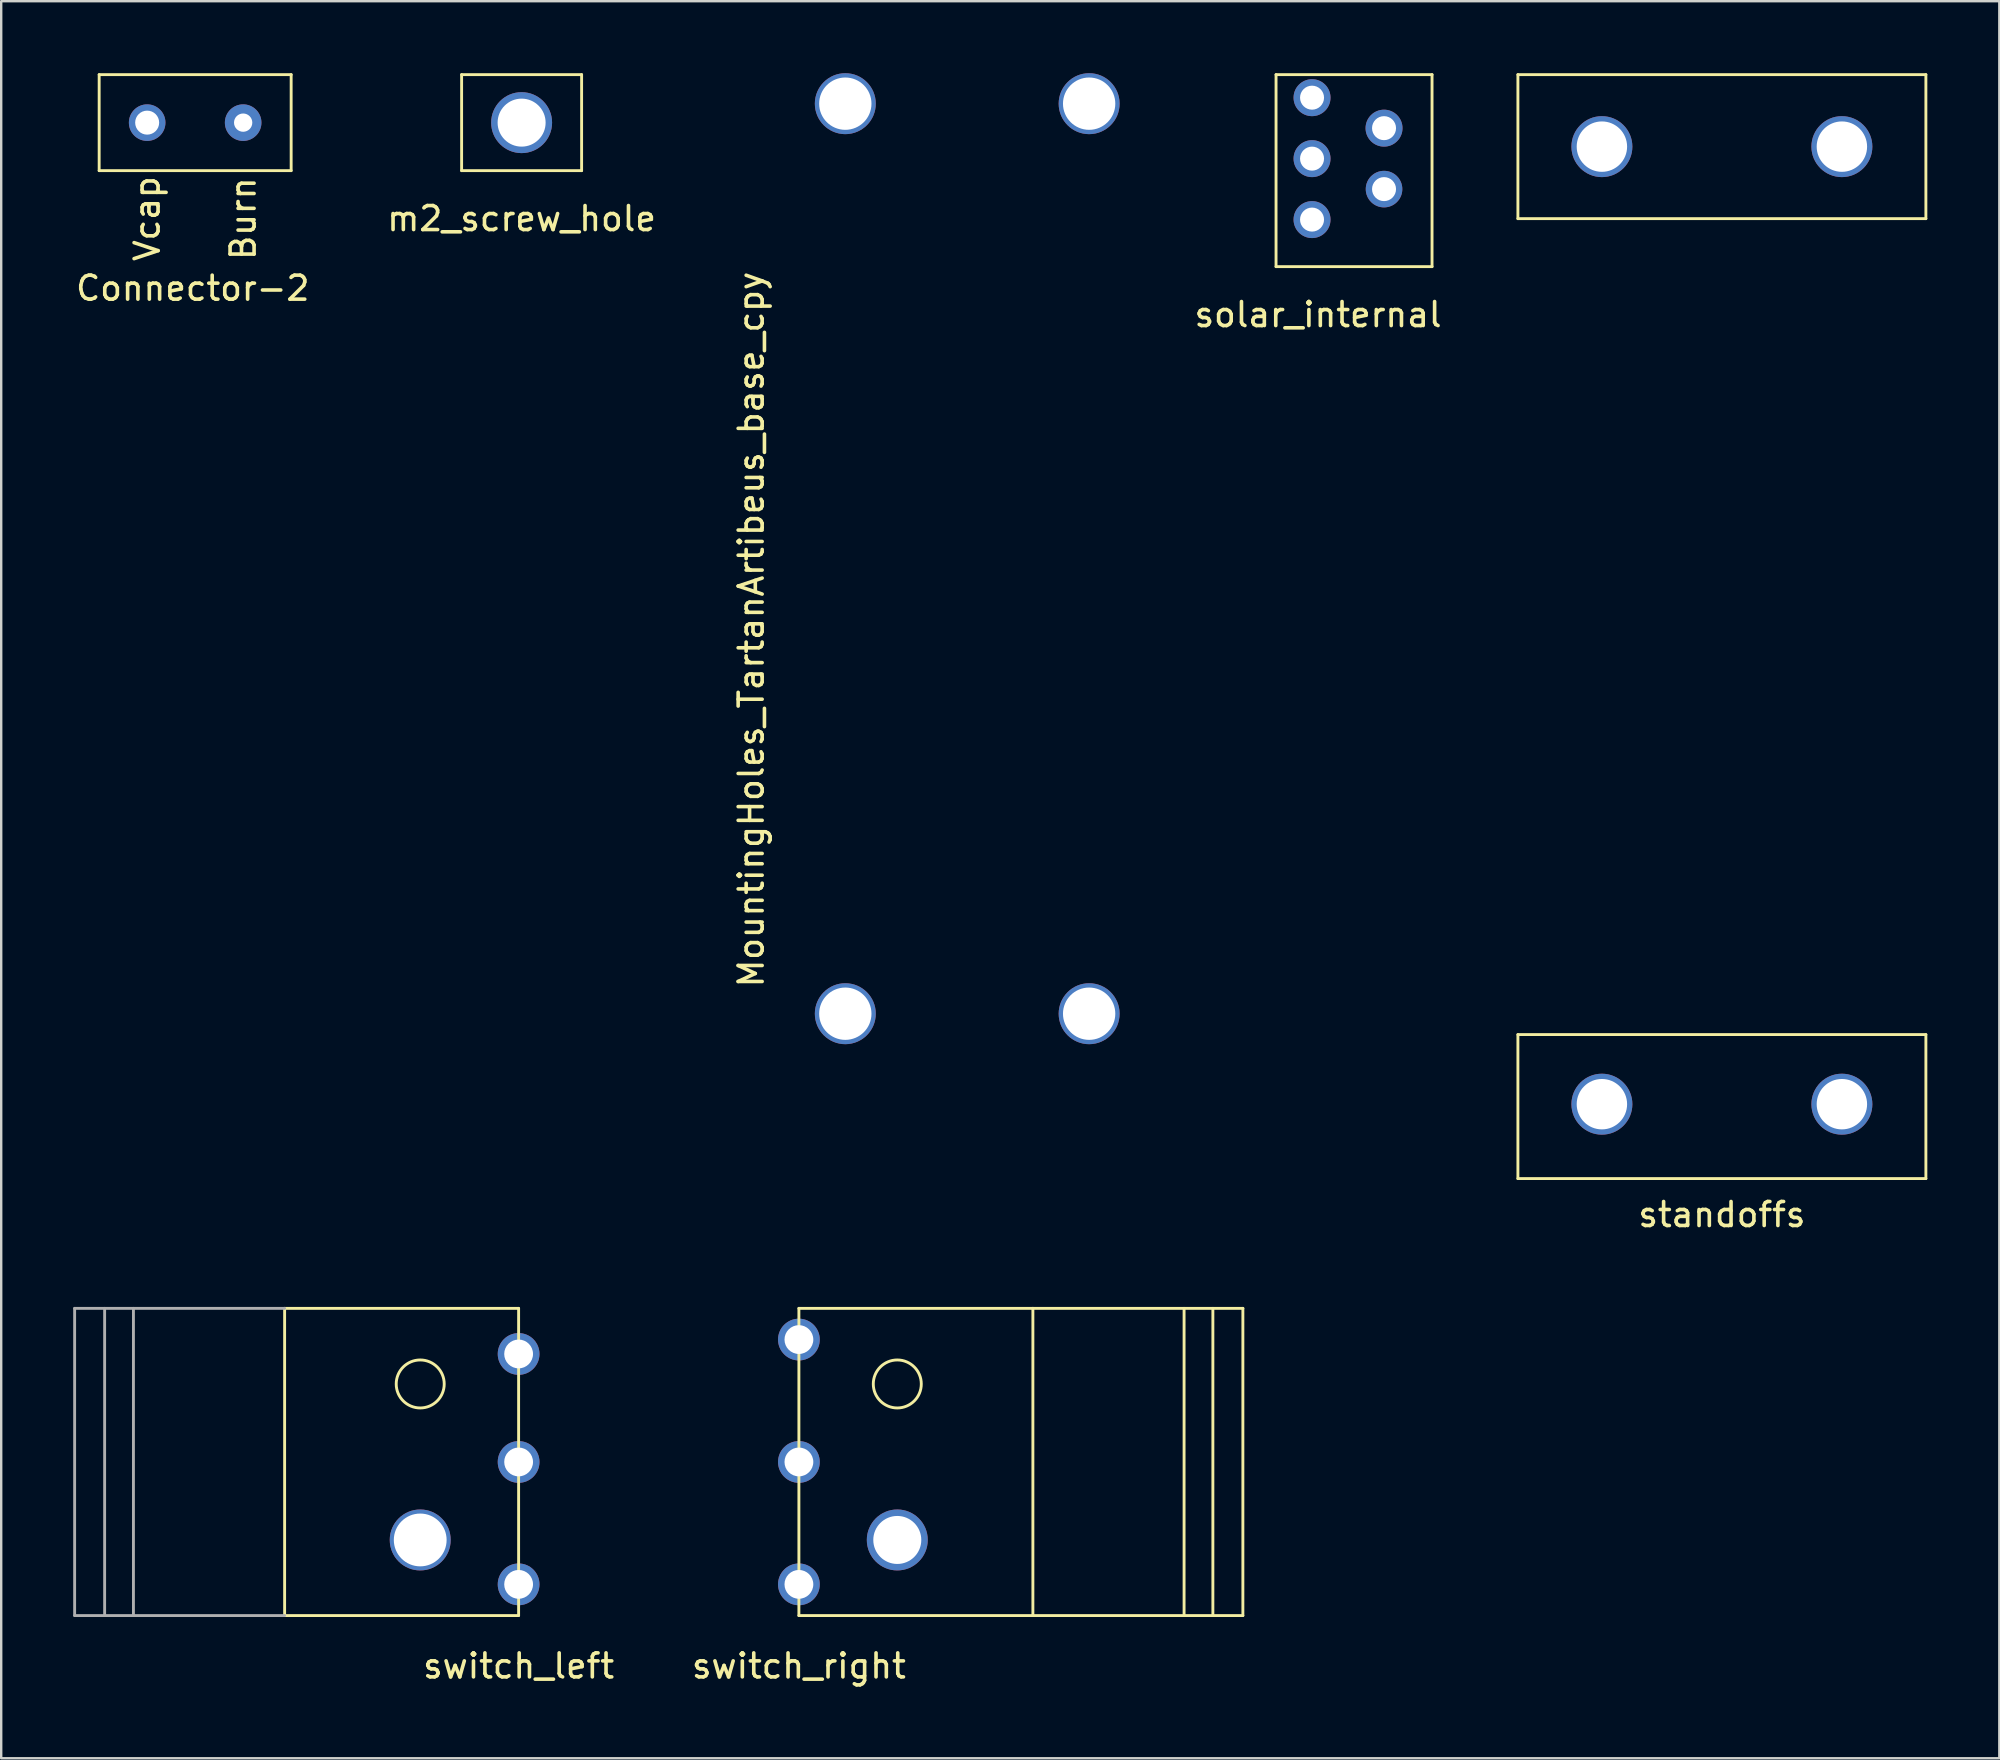
<source format=kicad_pcb>
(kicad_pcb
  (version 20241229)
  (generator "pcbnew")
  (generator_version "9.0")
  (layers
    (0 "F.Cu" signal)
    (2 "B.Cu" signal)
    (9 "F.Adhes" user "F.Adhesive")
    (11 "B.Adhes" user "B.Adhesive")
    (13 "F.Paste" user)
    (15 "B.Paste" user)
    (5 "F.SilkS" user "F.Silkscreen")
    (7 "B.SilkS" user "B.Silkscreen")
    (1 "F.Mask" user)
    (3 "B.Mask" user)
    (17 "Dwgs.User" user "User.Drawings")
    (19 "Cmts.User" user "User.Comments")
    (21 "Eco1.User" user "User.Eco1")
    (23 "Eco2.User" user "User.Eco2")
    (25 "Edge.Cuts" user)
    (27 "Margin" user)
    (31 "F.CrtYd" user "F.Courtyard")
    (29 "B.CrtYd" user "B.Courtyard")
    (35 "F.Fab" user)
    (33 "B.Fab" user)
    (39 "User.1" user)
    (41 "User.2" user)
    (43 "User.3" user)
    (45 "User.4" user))
  (footprint "solar_internal"
    (layer "F.Cu")
    (at 51.621 3.56)
    (property "Reference" "solar_internal" (at 0.25 6.5 0) (layer "F.SilkS") (effects (font (size 1 1) (thickness 0.15))))
    (attr through_hole)
    (fp_line (start -1.5 -3.5) (end 5 -3.5) (stroke (width 0.12) (type solid)) (layer "F.SilkS"))
    (fp_line (start -1.5 4.5) (end -1.5 -3.5) (stroke (width 0.12) (type solid)) (layer "F.SilkS"))
    (fp_line (start 5 -3.5) (end 5 4.5) (stroke (width 0.12) (type solid)) (layer "F.SilkS"))
    (fp_line (start 5 4.5) (end -1.5 4.5) (stroke (width 0.12) (type solid)) (layer "F.SilkS"))
    (pad "1" thru_hole circle (at 0 2.54) (size 1.54 1.54) (drill 1) (layers "*.Cu" "*.Mask"))
    (pad "2" thru_hole circle (at 0 0) (size 1.54 1.54) (drill 1) (layers "*.Cu" "*.Mask"))
    (pad "3" thru_hole circle (at 0 -2.54) (size 1.54 1.54) (drill 1) (layers "*.Cu" "*.Mask"))
    (pad "4" thru_hole circle (at 3 -1.27) (size 1.54 1.54) (drill 1) (layers "*.Cu" "*.Mask"))
    (pad "5" thru_hole circle (at 3 1.27) (size 1.524 1.524) (drill 1) (layers "*.Cu" "*.Mask")))
  (footprint "m2_screw_hole"
    (layer "F.Cu")
    (at 18.685 2.06)
    (property "Reference" "m2_screw_hole" (at 0 4 0) (layer "F.SilkS") (effects (font (size 1 1) (thickness 0.15))))
    (attr through_hole)
    (fp_line (start -2.5 2) (end -2.5 -2) (stroke (width 0.12) (type solid)) (layer "F.SilkS"))
    (fp_line (start 2.5 -2) (end -2.5 -2) (stroke (width 0.12) (type solid)) (layer "F.SilkS"))
    (fp_line (start 2.5 2) (end -2.5 2) (stroke (width 0.12) (type solid)) (layer "F.SilkS"))
    (fp_line (start 2.5 2) (end 2.5 -2) (stroke (width 0.12) (type solid)) (layer "F.SilkS"))
    (pad "1" thru_hole circle (at 0 0) (size 2.54 2.54) (drill 2) (layers "*.Cu" "*.Mask")))
  (footprint "MountingHoles_TartanArtibeus_base_cpy"
    (layer "F.Cu")
    (at 32.173 39.19)
    (property "Reference" "MountingHoles_TartanArtibeus_base_cpy" (at -3.92 -16.01 270) (layer "F.SilkS") (effects (font (size 1 1) (thickness 0.15))))
    (attr through_hole)
    (pad "1" thru_hole circle (at 10.16 -37.92 270) (size 2.54 2.54) (drill 2.18) (layers "*.Cu" "*.Mask"))
    (pad "2" thru_hole circle (at 10.16 0 270) (size 2.54 2.54) (drill 2.18) (layers "*.Cu" "*.Mask"))
    (pad "3" thru_hole circle (at 0 -37.92 270) (size 2.54 2.54) (drill 2.18) (layers "*.Cu" "*.Mask"))
    (pad "4" thru_hole circle (at 0 0 270) (size 2.54 2.54) (drill 2.18) (layers "*.Cu" "*.Mask")))
  (footprint "switch_right"
    (layer "F.Cu")
    (at 30.239 57.868)
    (property "Reference" "switch_right" (at 0 8.5 0) (layer "F.SilkS") (effects (font (size 1 1) (thickness 0.15))))
    (attr through_hole)
    (fp_line (start 0 -6.4) (end 0 6.4) (stroke (width 0.12) (type solid)) (layer "F.SilkS"))
    (fp_line (start 0 6.4) (end 9.75 6.4) (stroke (width 0.12) (type solid)) (layer "F.SilkS"))
    (fp_line (start 9.75 -6.4) (end 0 -6.4) (stroke (width 0.12) (type solid)) (layer "F.SilkS"))
    (fp_line (start 9.75 6.4) (end 9.75 -6.4) (stroke (width 0.12) (type solid)) (layer "F.SilkS"))
    (fp_line (start 9.75 6.4) (end 18.5 6.4) (stroke (width 0.12) (type solid)) (layer "F.SilkS"))
    (fp_line (start 16.05 6.4) (end 16.05 -6.4) (stroke (width 0.12) (type solid)) (layer "F.SilkS"))
    (fp_line (start 17.25 6.4) (end 17.25 -6.4) (stroke (width 0.12) (type solid)) (layer "F.SilkS"))
    (fp_line (start 18.5 -6.4) (end 9.75 -6.4) (stroke (width 0.12) (type solid)) (layer "F.SilkS"))
    (fp_line (start 18.5 6.4) (end 18.5 -6.4) (stroke (width 0.12) (type solid)) (layer "F.SilkS"))
    (fp_circle (center 4.1 -3.25) (end 5.1 -3.25) (stroke (width 0.12) (type solid)) (fill no) (layer "F.SilkS"))
    (pad "1" thru_hole circle (at 0 5.1) (size 1.74 1.74) (drill 1.2) (layers "*.Cu" "*.Mask"))
    (pad "2" thru_hole circle (at 0 -5.1) (size 1.74 1.74) (drill 1.2) (layers "*.Cu" "*.Mask"))
    (pad "3" thru_hole circle (at 0 0) (size 1.74 1.74) (drill 1.2) (layers "*.Cu" "*.Mask"))
    (pad "5" thru_hole circle (at 4.1 3.25) (size 2.54 2.54) (drill 2) (layers "*.Cu" "*.Mask")))
  (footprint "standoffs"
    (layer "F.Cu")
    (at 68.699 23.06)
    (property "Reference" "standoffs" (at 0 24.5 0) (layer "F.SilkS") (effects (font (size 1 1) (thickness 0.15))))
    (attr through_hole)
    (fp_line (start -8.5 -23) (end -8.5 -17) (stroke (width 0.12) (type solid)) (layer "F.SilkS"))
    (fp_line (start -8.5 -17) (end 8.5 -17) (stroke (width 0.12) (type solid)) (layer "F.SilkS"))
    (fp_line (start -8.5 17) (end -8.5 23) (stroke (width 0.12) (type solid)) (layer "F.SilkS"))
    (fp_line (start -8.5 23) (end 8.5 23) (stroke (width 0.12) (type solid)) (layer "F.SilkS"))
    (fp_line (start 8.5 -23) (end -8.5 -23) (stroke (width 0.12) (type solid)) (layer "F.SilkS"))
    (fp_line (start 8.5 -17) (end 8.5 -23) (stroke (width 0.12) (type solid)) (layer "F.SilkS"))
    (fp_line (start 8.5 17) (end -8.5 17) (stroke (width 0.12) (type solid)) (layer "F.SilkS"))
    (fp_line (start 8.5 23) (end 8.5 17) (stroke (width 0.12) (type solid)) (layer "F.SilkS"))
    (pad "1" thru_hole circle (at -5 -20) (size 2.54 2.54) (drill 2.1) (layers "*.Cu" "*.Mask"))
    (pad "2" thru_hole circle (at 5 -20) (size 2.54 2.54) (drill 2.1) (layers "*.Cu" "*.Mask"))
    (pad "3" thru_hole circle (at 5 19.9) (size 2.54 2.54) (drill 2.1) (layers "*.Cu" "*.Mask"))
    (pad "4" thru_hole circle (at -5 19.9) (size 2.54 2.54) (drill 2.1) (layers "*.Cu" "*.Mask")))
  (footprint "Connector-2"
    (layer "F.Cu")
    (at 5.082 2.06)
    (property "Reference" "Connector-2" (at -0.1 6.9 0) (layer "F.SilkS") (effects (font (size 1 1) (thickness 0.15))))
    (attr through_hole)
    (fp_line (start -4 -2) (end 4 -2) (stroke (width 0.12) (type solid)) (layer "F.SilkS"))
    (fp_line (start -4 2) (end -4 -2) (stroke (width 0.12) (type solid)) (layer "F.SilkS"))
    (fp_line (start 4 -2) (end 4 2) (stroke (width 0.12) (type solid)) (layer "F.SilkS"))
    (fp_line (start 4 2) (end -4 2) (stroke (width 0.12) (type solid)) (layer "F.SilkS"))
    (fp_text user "Burn" (at 2 4 90) (layer "F.SilkS") (effects (font (size 1 1) (thickness 0.15))))
    (fp_text user "Vcap" (at -2 4 90) (layer "F.SilkS") (effects (font (size 1 1) (thickness 0.15))))
    (pad "1" thru_hole circle (at -2 0) (size 1.524 1.524) (drill 1) (layers "*.Cu" "*.Mask"))
    (pad "2" thru_hole circle (at 2 0) (size 1.524 1.524) (drill 0.762) (layers "*.Cu" "*.Mask")))
  (footprint "switch_left"
    (layer "F.Cu")
    (at 18.56 57.868)
    (property "Reference" "switch_left" (at 0 8.5 0) (layer "F.SilkS") (effects (font (size 1 1) (thickness 0.15))))
    (attr through_hole)
    (fp_line (start -9.75 -6.4) (end -9.75 6.4) (stroke (width 0.12) (type solid)) (layer "F.SilkS"))
    (fp_line (start -9.75 6.4) (end 0 6.4) (stroke (width 0.12) (type solid)) (layer "F.SilkS"))
    (fp_line (start 0 -6.4) (end -9.75 -6.4) (stroke (width 0.12) (type solid)) (layer "F.SilkS"))
    (fp_line (start 0 6.4) (end 0 -6.4) (stroke (width 0.12) (type solid)) (layer "F.SilkS"))
    (fp_circle (center -4.1 -3.25) (end -3.1 -3.25) (stroke (width 0.12) (type solid)) (fill no) (layer "F.SilkS"))
    (fp_line (start -18.5 -6.4) (end -18.5 6.4) (stroke (width 0.12) (type solid)) (layer "F.Fab"))
    (fp_line (start -18.5 6.4) (end -9.75 6.4) (stroke (width 0.12) (type solid)) (layer "F.Fab"))
    (fp_line (start -17.25 -6.4) (end -17.25 6.4) (stroke (width 0.12) (type solid)) (layer "F.Fab"))
    (fp_line (start -16.05 -6.4) (end -16.05 6.4) (stroke (width 0.12) (type solid)) (layer "F.Fab"))
    (fp_line (start -9.75 -6.4) (end -18.5 -6.4) (stroke (width 0.12) (type solid)) (layer "F.Fab"))
    (pad "1" thru_hole circle (at 0 5.1) (size 1.74 1.74) (drill 1.2) (layers "*.Cu" "*.Mask"))
    (pad "2" thru_hole circle (at 0 -4.5) (size 1.74 1.74) (drill 1.2) (layers "*.Cu" "*.Mask"))
    (pad "3" thru_hole circle (at 0 0) (size 1.74 1.74) (drill 1.2) (layers "*.Cu" "*.Mask"))
    (pad "5" thru_hole circle (at -4.1 3.25) (size 2.54 2.54) (drill 2.2) (layers "*.Cu" "*.Mask")))
  (gr_rect
    (start -3 -3)
    (end 80.259 70.216)
    (stroke (width 0.1) (type default))
    (fill no)
    (layer "Edge.Cuts")))
</source>
